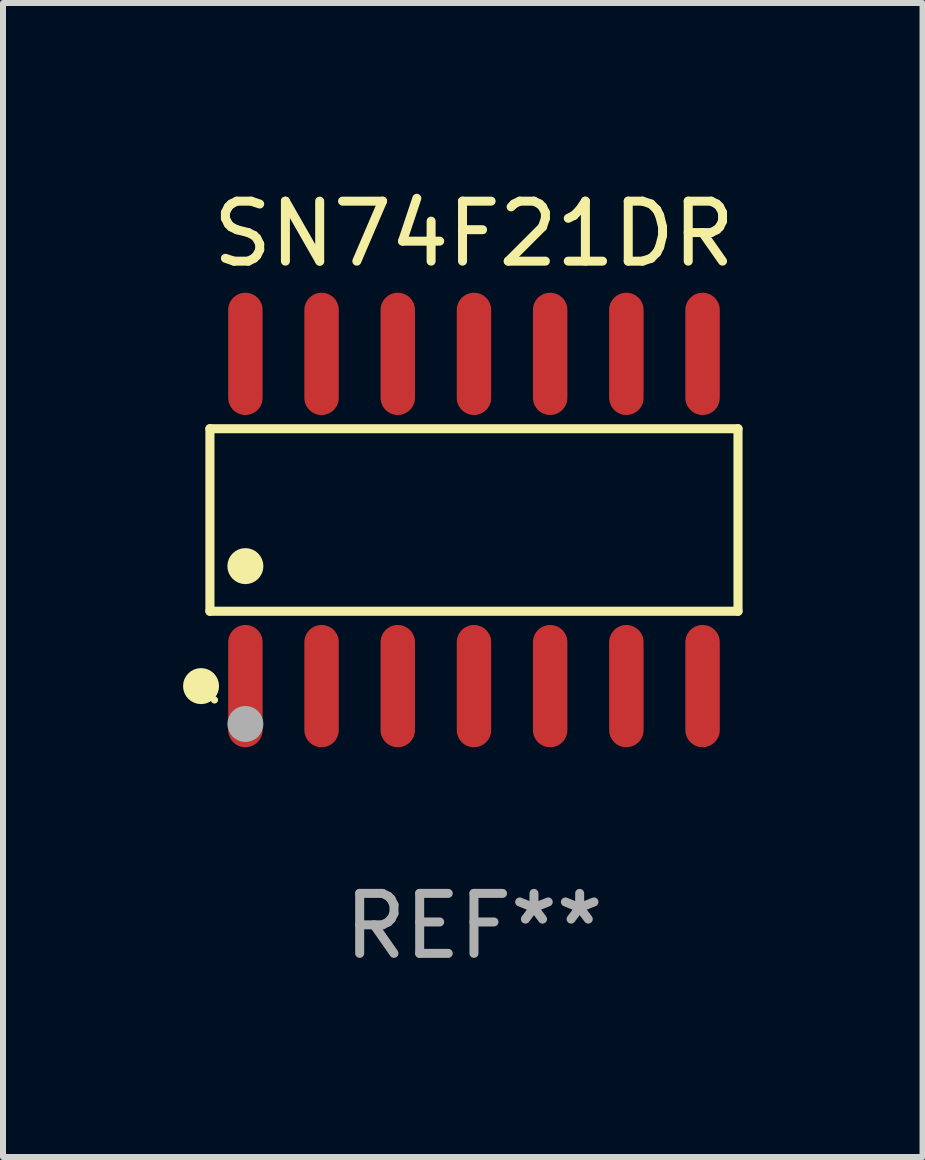
<source format=kicad_pcb>
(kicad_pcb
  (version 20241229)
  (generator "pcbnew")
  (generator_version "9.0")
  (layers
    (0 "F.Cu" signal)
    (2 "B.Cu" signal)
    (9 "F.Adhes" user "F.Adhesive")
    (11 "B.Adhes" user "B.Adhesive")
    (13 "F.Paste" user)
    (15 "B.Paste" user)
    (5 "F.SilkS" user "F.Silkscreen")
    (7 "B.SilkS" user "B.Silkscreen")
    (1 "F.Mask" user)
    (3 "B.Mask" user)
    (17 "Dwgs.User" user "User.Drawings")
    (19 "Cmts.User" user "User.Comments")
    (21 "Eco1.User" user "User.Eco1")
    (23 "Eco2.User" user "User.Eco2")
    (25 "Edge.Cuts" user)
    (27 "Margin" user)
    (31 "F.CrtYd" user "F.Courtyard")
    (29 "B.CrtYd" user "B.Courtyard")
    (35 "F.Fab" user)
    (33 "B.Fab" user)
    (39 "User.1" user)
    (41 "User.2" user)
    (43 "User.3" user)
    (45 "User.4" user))
  (footprint "SN74F21DR"
    (layer "F.Cu")
    (at 4.85 5.617)
    (property "Reference" "SN74F21DR" (at 0 -4.769 0) (layer "F.SilkS") (effects (font (size 1 1) (thickness 0.15))))
    (attr through_hole)
    (fp_line (start -4.401 -1.521) (end 4.401 -1.521) (stroke (width 0.152) (type solid)) (layer "F.SilkS"))
    (fp_line (start -4.401 1.521) (end -4.401 -1.521) (stroke (width 0.152) (type solid)) (layer "F.SilkS"))
    (fp_line (start 4.401 -1.521) (end 4.401 1.521) (stroke (width 0.152) (type solid)) (layer "F.SilkS"))
    (fp_line (start 4.401 1.521) (end -4.401 1.521) (stroke (width 0.152) (type solid)) (layer "F.SilkS"))
    (fp_circle (center -4.549 2.769) (end -4.399 2.769) (stroke (width 0.3) (type solid)) (fill no) (layer "F.SilkS"))
    (fp_circle (center -4.325 3) (end -4.295 3) (stroke (width 0.06) (type solid)) (fill no) (layer "F.SilkS"))
    (fp_circle (center -3.81 0.769) (end -3.66 0.769) (stroke (width 0.3) (type solid)) (fill no) (layer "F.SilkS"))
    (fp_circle (center -3.81 3.4) (end -3.66 3.4) (stroke (width 0.3) (type solid)) (fill no) (layer "F.Fab"))
    (fp_text user "REF**" (at 0 6.769 0) (layer "F.Fab") (effects (font (size 1 1) (thickness 0.15))))
    (pad "1" smd oval (at -3.81 2.769) (size 0.574 2.038) (layers "F.Cu" "F.Mask" "F.Paste"))
    (pad "2" smd oval (at -2.54 2.769) (size 0.574 2.038) (layers "F.Cu" "F.Mask" "F.Paste"))
    (pad "3" smd oval (at -1.27 2.769) (size 0.574 2.038) (layers "F.Cu" "F.Mask" "F.Paste"))
    (pad "4" smd oval (at 0 2.769) (size 0.574 2.038) (layers "F.Cu" "F.Mask" "F.Paste"))
    (pad "5" smd oval (at 1.27 2.769) (size 0.574 2.038) (layers "F.Cu" "F.Mask" "F.Paste"))
    (pad "6" smd oval (at 2.54 2.769) (size 0.574 2.038) (layers "F.Cu" "F.Mask" "F.Paste"))
    (pad "7" smd oval (at 3.81 2.769) (size 0.574 2.038) (layers "F.Cu" "F.Mask" "F.Paste"))
    (pad "8" smd oval (at 3.81 -2.769) (size 0.574 2.038) (layers "F.Cu" "F.Mask" "F.Paste"))
    (pad "9" smd oval (at 2.54 -2.769) (size 0.574 2.038) (layers "F.Cu" "F.Mask" "F.Paste"))
    (pad "10" smd oval (at 1.27 -2.769) (size 0.574 2.038) (layers "F.Cu" "F.Mask" "F.Paste"))
    (pad "11" smd oval (at 0 -2.769) (size 0.574 2.038) (layers "F.Cu" "F.Mask" "F.Paste"))
    (pad "12" smd oval (at -1.27 -2.769) (size 0.574 2.038) (layers "F.Cu" "F.Mask" "F.Paste"))
    (pad "13" smd oval (at -2.54 -2.769) (size 0.574 2.038) (layers "F.Cu" "F.Mask" "F.Paste"))
    (pad "14" smd oval (at -3.81 -2.769) (size 0.574 2.038) (layers "F.Cu" "F.Mask" "F.Paste")))
  (gr_rect
    (start -3 -3)
    (end 12.327 16.235)
    (stroke (width 0.1) (type default))
    (fill no)
    (layer "Edge.Cuts")))
</source>
